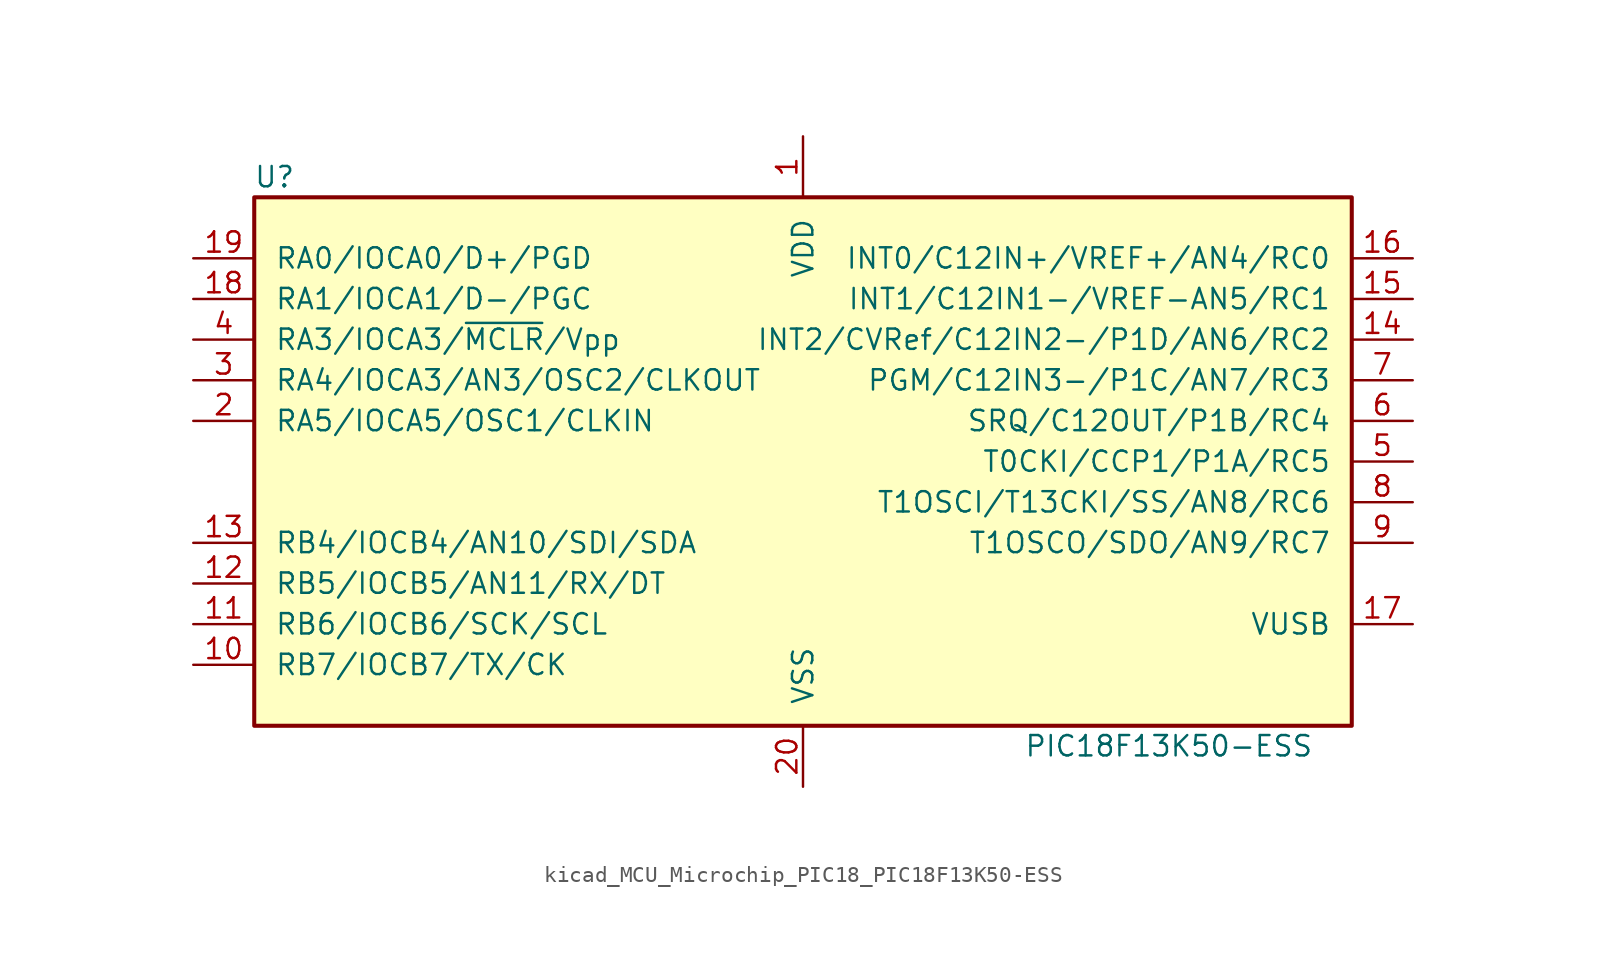
<source format=kicad_sym>
(kicad_symbol_lib
  (version 20220914)
  (generator kicad_symbol_editor)
  (symbol "kicad_MCU_Microchip_PIC18_PIC18F13K50-ESS"
    (pin_names
      (offset 1.27))
    (property "Reference" "U"
      (at -33.02 17.78 0)
      (effects (font (size 1.27 1.27))))
    (property "Value" "PIC18F13K50-ESS"
      (at 22.86 -17.78 0)
      (effects (font (size 1.27 1.27))))
    (symbol "kicad_MCU_Microchip_PIC18_PIC18F13K50-ESS_0_1"
      (rectangle (start -34.29 16.51) (end 34.29 -16.51) (stroke (width 0.254) (type default)) (fill (type background))))
    (symbol "kicad_MCU_Microchip_PIC18_PIC18F13K50-ESS_1_1"
      (pin power_in line (at 0 20.32 270) (length 3.81) (name "VDD" (effects (font (size 1.27 1.27)))) (number "1" (effects (font (size 1.27 1.27)))))
      (pin bidirectional line (at -38.1 -12.7 0) (length 3.81) (name "RB7/IOCB7/TX/CK" (effects (font (size 1.27 1.27)))) (number "10" (effects (font (size 1.27 1.27)))))
      (pin bidirectional line (at -38.1 -10.16 0) (length 3.81) (name "RB6/IOCB6/SCK/SCL" (effects (font (size 1.27 1.27)))) (number "11" (effects (font (size 1.27 1.27)))))
      (pin bidirectional line (at -38.1 -7.62 0) (length 3.81) (name "RB5/IOCB5/AN11/RX/DT" (effects (font (size 1.27 1.27)))) (number "12" (effects (font (size 1.27 1.27)))))
      (pin bidirectional line (at -38.1 -5.08 0) (length 3.81) (name "RB4/IOCB4/AN10/SDI/SDA" (effects (font (size 1.27 1.27)))) (number "13" (effects (font (size 1.27 1.27)))))
      (pin bidirectional line (at 38.1 7.62 180) (length 3.81) (name "INT2/CVRef/C12IN2-/P1D/AN6/RC2" (effects (font (size 1.27 1.27)))) (number "14" (effects (font (size 1.27 1.27)))))
      (pin bidirectional line (at 38.1 10.16 180) (length 3.81) (name "INT1/C12IN1-/VREF-AN5/RC1" (effects (font (size 1.27 1.27)))) (number "15" (effects (font (size 1.27 1.27)))))
      (pin bidirectional line (at 38.1 12.7 180) (length 3.81) (name "INT0/C12IN+/VREF+/AN4/RC0" (effects (font (size 1.27 1.27)))) (number "16" (effects (font (size 1.27 1.27)))))
      (pin passive line (at 38.1 -10.16 180) (length 3.81) (name "VUSB" (effects (font (size 1.27 1.27)))) (number "17" (effects (font (size 1.27 1.27)))))
      (pin bidirectional line (at -38.1 10.16 0) (length 3.81) (name "RA1/IOCA1/D-/PGC" (effects (font (size 1.27 1.27)))) (number "18" (effects (font (size 1.27 1.27)))))
      (pin bidirectional line (at -38.1 12.7 0) (length 3.81) (name "RA0/IOCA0/D+/PGD" (effects (font (size 1.27 1.27)))) (number "19" (effects (font (size 1.27 1.27)))))
      (pin bidirectional line (at -38.1 2.54 0) (length 3.81) (name "RA5/IOCA5/OSC1/CLKIN" (effects (font (size 1.27 1.27)))) (number "2" (effects (font (size 1.27 1.27)))))
      (pin power_in line (at 0 -20.32 90) (length 3.81) (name "VSS" (effects (font (size 1.27 1.27)))) (number "20" (effects (font (size 1.27 1.27)))))
      (pin bidirectional line (at -38.1 5.08 0) (length 3.81) (name "RA4/IOCA3/AN3/OSC2/CLKOUT" (effects (font (size 1.27 1.27)))) (number "3" (effects (font (size 1.27 1.27)))))
      (pin input line (at -38.1 7.62 0) (length 3.81) (name "RA3/IOCA3/~{MCLR}/Vpp" (effects (font (size 1.27 1.27)))) (number "4" (effects (font (size 1.27 1.27)))))
      (pin bidirectional line (at 38.1 0 180) (length 3.81) (name "T0CKI/CCP1/P1A/RC5" (effects (font (size 1.27 1.27)))) (number "5" (effects (font (size 1.27 1.27)))))
      (pin bidirectional line (at 38.1 2.54 180) (length 3.81) (name "SRQ/C12OUT/P1B/RC4" (effects (font (size 1.27 1.27)))) (number "6" (effects (font (size 1.27 1.27)))))
      (pin bidirectional line (at 38.1 5.08 180) (length 3.81) (name "PGM/C12IN3-/P1C/AN7/RC3" (effects (font (size 1.27 1.27)))) (number "7" (effects (font (size 1.27 1.27)))))
      (pin bidirectional line (at 38.1 -2.54 180) (length 3.81) (name "T1OSCI/T13CKI/SS/AN8/RC6" (effects (font (size 1.27 1.27)))) (number "8" (effects (font (size 1.27 1.27)))))
      (pin bidirectional line (at 38.1 -5.08 180) (length 3.81) (name "T1OSCO/SDO/AN9/RC7" (effects (font (size 1.27 1.27)))) (number "9" (effects (font (size 1.27 1.27))))))))
</source>
